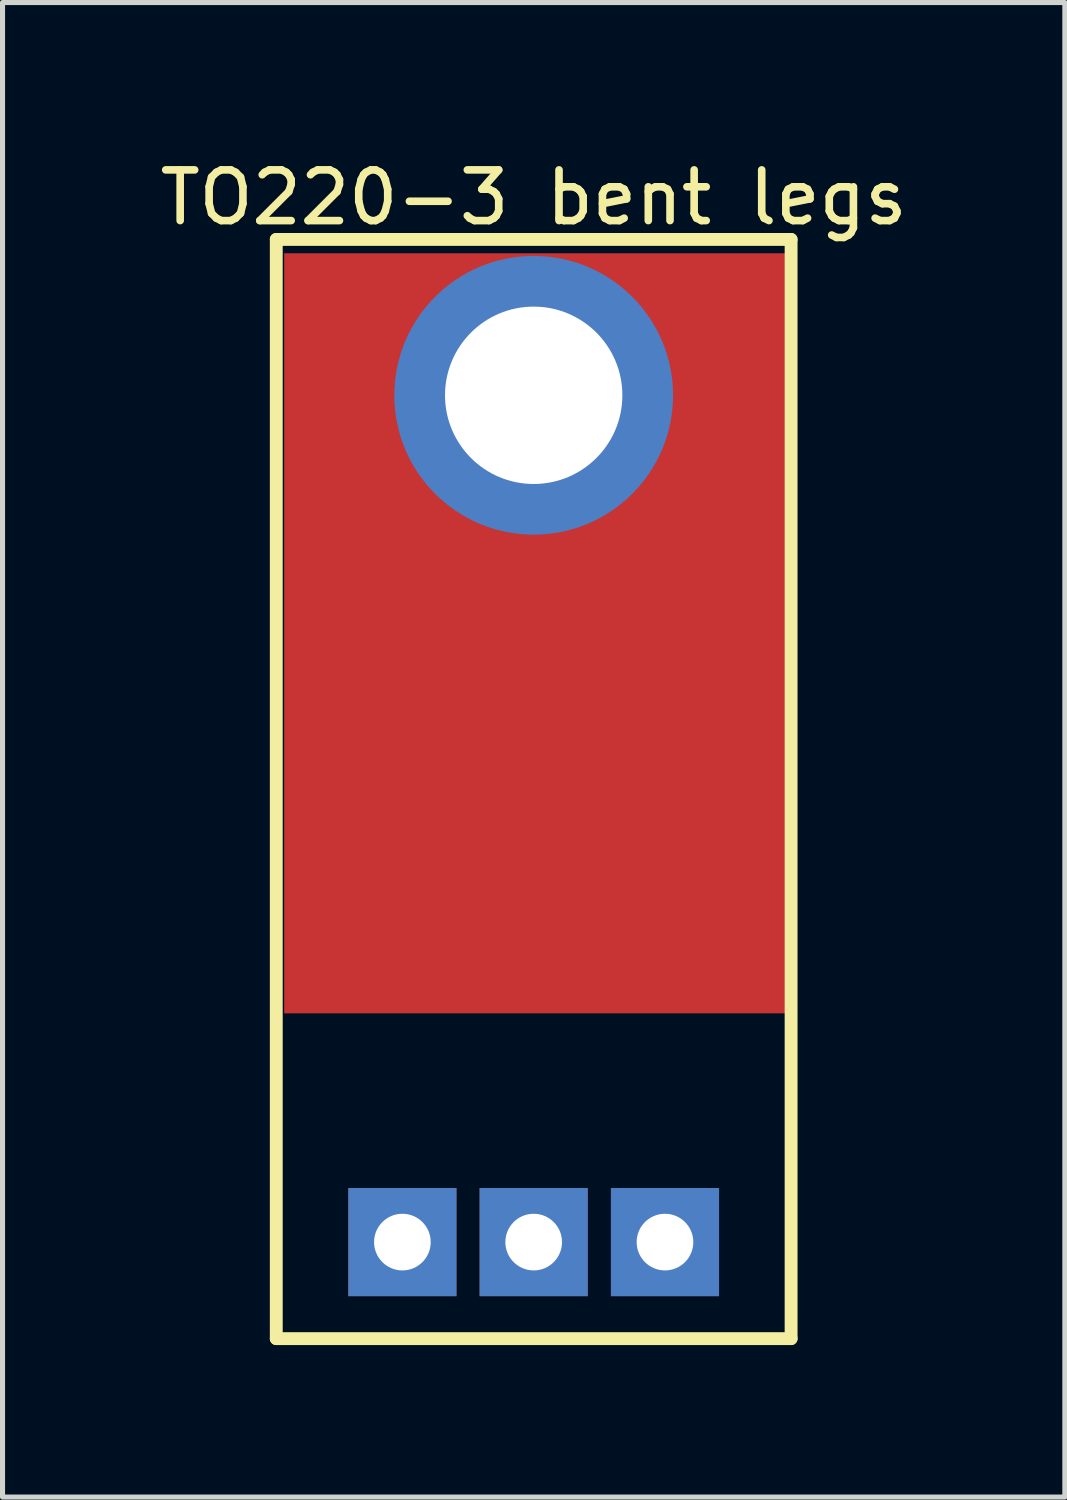
<source format=kicad_pcb>
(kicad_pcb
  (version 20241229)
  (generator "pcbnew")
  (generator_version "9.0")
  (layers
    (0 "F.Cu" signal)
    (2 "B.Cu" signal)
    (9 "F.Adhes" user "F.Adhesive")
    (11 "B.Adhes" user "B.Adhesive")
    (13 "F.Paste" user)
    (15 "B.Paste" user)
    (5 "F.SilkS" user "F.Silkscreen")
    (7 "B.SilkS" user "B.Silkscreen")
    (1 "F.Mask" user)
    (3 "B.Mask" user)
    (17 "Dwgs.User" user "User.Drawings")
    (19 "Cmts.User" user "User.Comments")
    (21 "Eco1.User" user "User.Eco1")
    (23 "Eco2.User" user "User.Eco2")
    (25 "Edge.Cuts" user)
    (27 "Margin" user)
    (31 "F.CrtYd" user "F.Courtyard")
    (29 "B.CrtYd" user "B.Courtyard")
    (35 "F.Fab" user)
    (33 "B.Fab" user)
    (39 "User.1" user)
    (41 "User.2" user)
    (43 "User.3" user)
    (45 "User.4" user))
  (footprint "TO220-3 bent legs"
    (layer "F.Cu")
    (at 7.482 21.462)
    (property "Reference" "TO220-3 bent legs" (at 0 -20.614 0) (layer "F.SilkS") (effects (font (size 1 1) (thickness 0.15))))
    (fp_line (start -5.08 -19.787) (end 5.08 -19.787) (stroke (width 0.254) (type solid)) (layer "F.SilkS"))
    (fp_line (start -5.08 1.905) (end -5.08 -19.787) (stroke (width 0.254) (type solid)) (layer "F.SilkS"))
    (fp_line (start -5.08 1.905) (end 5.08 1.905) (stroke (width 0.254) (type solid)) (layer "F.SilkS"))
    (fp_line (start 5.08 1.905) (end 5.08 -19.787) (stroke (width 0.254) (type solid)) (layer "F.SilkS"))
    (pad "1" thru_hole rect (at -2.591 0) (size 2.134 2.134) (drill 1.118) (layers "*.Cu" "*.Mask"))
    (pad "2" thru_hole rect (at 0 0) (size 2.134 2.134) (drill 1.118) (layers "*.Cu" "*.Mask"))
    (pad "3" thru_hole rect (at 2.591 0) (size 2.134 2.134) (drill 1.118) (layers "*.Cu" "*.Mask"))
    (pad "4" thru_hole circle (at 0 -16.711) (size 5.5 5.5) (drill 3.5) (layers "*.Cu" "*.Mask"))
    (pad "4" smd rect (at 0.076 -12.014 180) (size 10 15) (layers "F.Cu" "F.Mask" "F.Paste")))
  (gr_rect
    (start -3 -3)
    (end 17.964 26.494)
    (stroke (width 0.1) (type default))
    (fill no)
    (layer "Edge.Cuts")))
</source>
